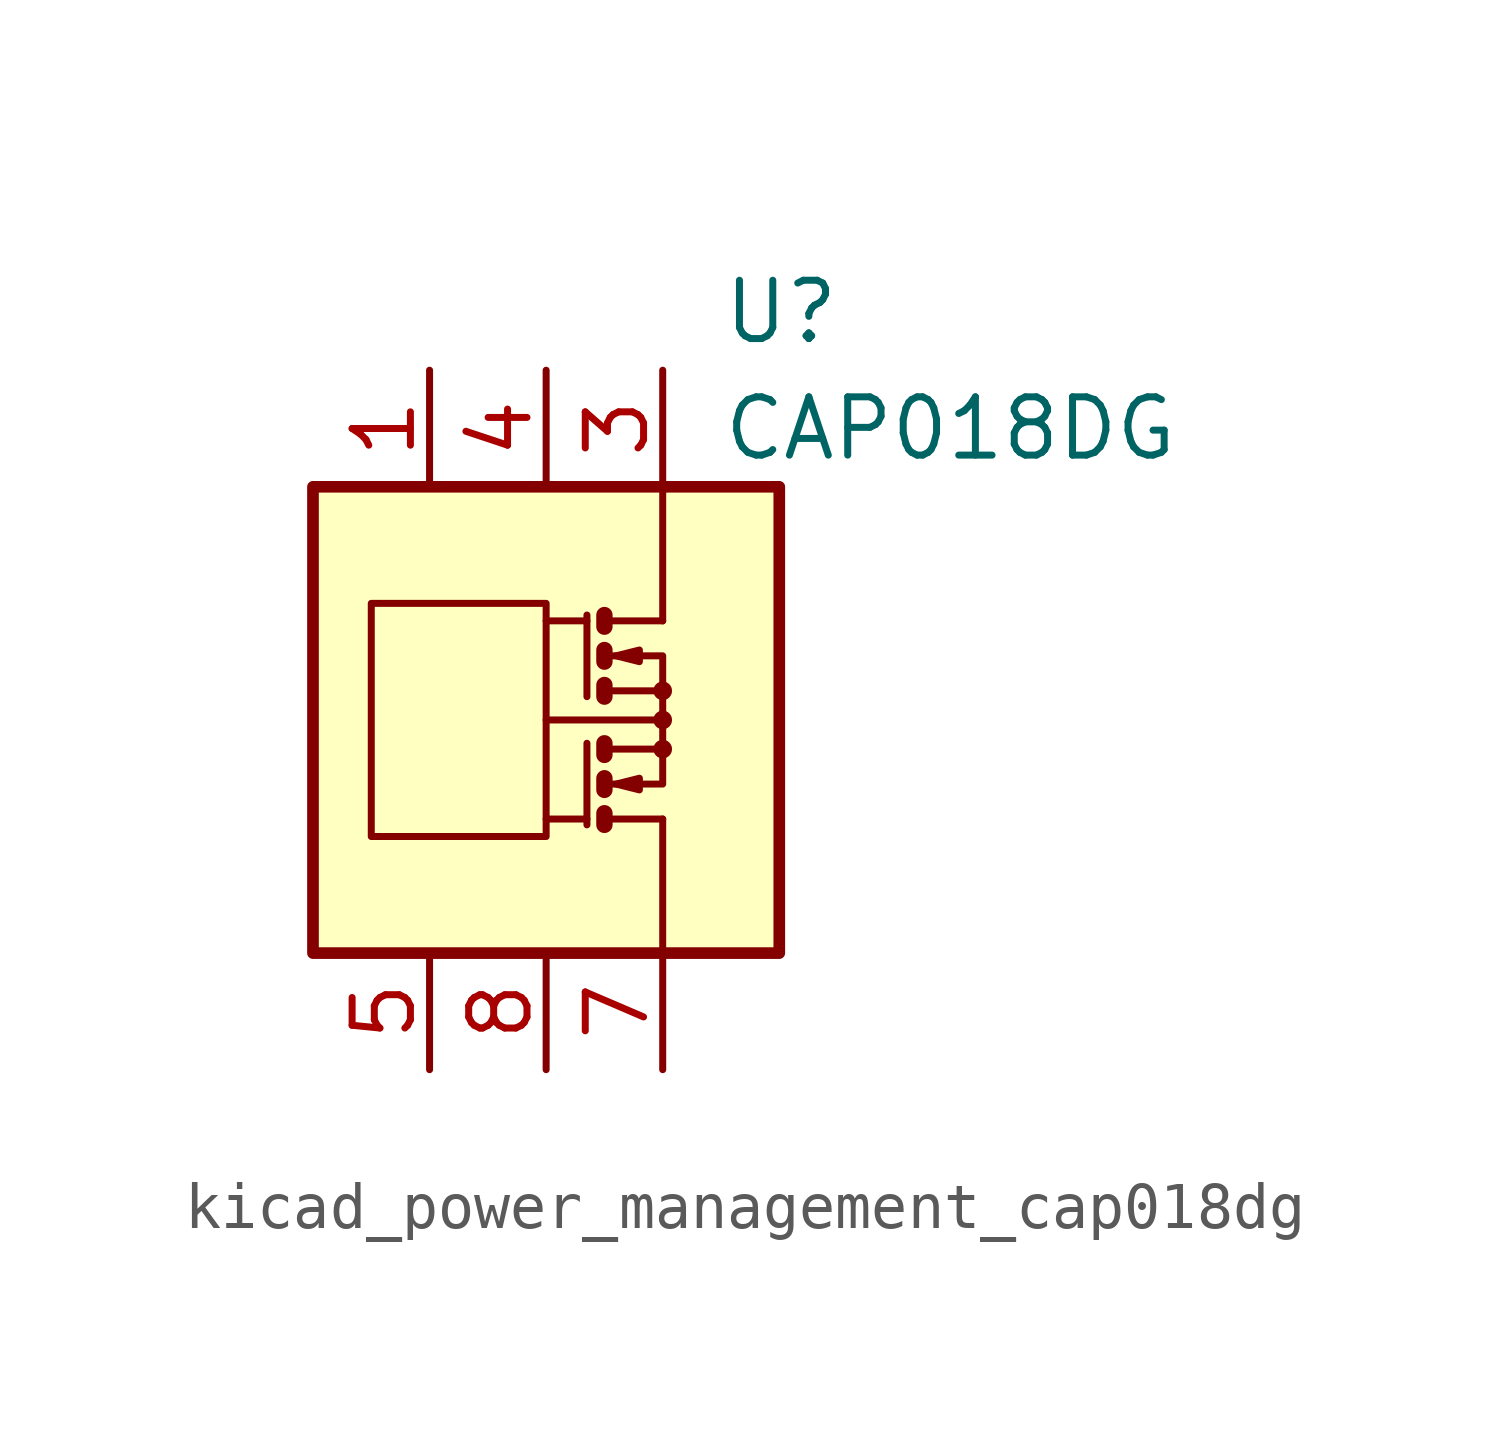
<source format=kicad_sym>
(kicad_symbol_lib
  (version 20220914)
  (generator kicad_symbol_editor)
  (symbol "kicad_power_management_cap018dg"
    (pin_names
      (offset 1.27))
    (property "Reference" "U"
      (at 3.81 8.89 0)
      (effects (font (size 1.27 1.27)) (justify left)))
    (property "Value" "CAP018DG"
      (at 3.81 6.35 0)
      (effects (font (size 1.27 1.27)) (justify left)))
    (symbol "kicad_power_management_cap018dg_0_1"
      (rectangle (start -5.08 5.08) (end 5.08 -5.08) (stroke (width 0.254) (type default)) (fill (type background)))
      (rectangle (start -3.81 2.54) (end 0 -2.54) (stroke (width 0) (type default)) (fill (type none)))
      (polyline (pts (xy 0.889 -2.159) (xy 0 -2.159)) (stroke (width 0) (type default)) (fill (type none)))
      (polyline (pts (xy 0.889 -0.508) (xy 0.889 -2.286)) (stroke (width 0) (type default)) (fill (type none)))
      (polyline (pts (xy 0.889 2.159) (xy 0 2.159)) (stroke (width 0) (type default)) (fill (type none)))
      (polyline (pts (xy 0.889 2.286) (xy 0.889 0.508)) (stroke (width 0) (type default)) (fill (type none)))
      (polyline (pts (xy 1.27 -2.159) (xy 2.54 -2.159)) (stroke (width 0) (type default)) (fill (type none)))
      (polyline (pts (xy 1.27 2.159) (xy 2.54 2.159)) (stroke (width 0) (type default)) (fill (type none)))
      (polyline (pts (xy 2.413 0) (xy 0 0)) (stroke (width 0) (type default)) (fill (type none)))
      (polyline (pts (xy 2.54 -2.159) (xy 2.54 -5.08)) (stroke (width 0) (type default)) (fill (type none)))
      (polyline (pts (xy 1.27 -2.032) (xy 1.27 -2.286) (xy 1.27 -2.286)) (stroke (width 0.356) (type default)) (fill (type none)))
      (polyline (pts (xy 1.27 -1.27) (xy 1.27 -1.524) (xy 1.27 -1.524)) (stroke (width 0.356) (type default)) (fill (type none)))
      (polyline (pts (xy 1.27 0.762) (xy 1.27 0.508) (xy 1.27 0.508)) (stroke (width 0.356) (type default)) (fill (type none)))
      (polyline (pts (xy 1.27 1.524) (xy 1.27 1.27) (xy 1.27 1.27)) (stroke (width 0.356) (type default)) (fill (type none)))
      (polyline (pts (xy 1.27 2.286) (xy 1.27 2.032) (xy 1.27 2.032)) (stroke (width 0.356) (type default)) (fill (type none)))
      (polyline (pts (xy 1.397 -1.397) (xy 2.54 -1.397) (xy 2.54 -0.635)) (stroke (width 0) (type default)) (fill (type none)))
      (polyline (pts (xy 1.397 1.397) (xy 2.54 1.397) (xy 2.54 0.635)) (stroke (width 0) (type default)) (fill (type none)))
      (polyline (pts (xy 2.54 2.159) (xy 2.54 5.08) (xy 2.54 3.175)) (stroke (width 0) (type default)) (fill (type none)))
      (polyline (pts (xy 1.397 -0.635) (xy 2.54 -0.635) (xy 2.54 0.635) (xy 1.397 0.635)) (stroke (width 0) (type default)) (fill (type none)))
      (polyline (pts (xy 1.524 -1.397) (xy 2.032 -1.27) (xy 2.032 -1.524) (xy 1.524 -1.397)) (stroke (width 0) (type default)) (fill (type none)))
      (polyline (pts (xy 1.524 1.397) (xy 2.032 1.524) (xy 2.032 1.27) (xy 1.524 1.397)) (stroke (width 0) (type default)) (fill (type none)))
      (circle (center 2.54 -0.635) (radius 0.127) (stroke (width 0) (type default)) (fill (type none)))
      (circle (center 2.54 0) (radius 0.127) (stroke (width 0) (type default)) (fill (type none)))
      (circle (center 2.54 0.635) (radius 0.127) (stroke (width 0) (type default)) (fill (type none))))
    (symbol "kicad_power_management_cap018dg_1_1"
      (polyline (pts (xy 1.27 -0.508) (xy 1.27 -0.762)) (stroke (width 0.356) (type default)) (fill (type none)))
      (pin passive line (at -2.54 7.62 270) (length 2.54) (name "~" (effects (font (size 1.27 1.27)))) (number "1" (effects (font (size 1.27 1.27)))))
      (pin passive line (at 2.54 7.62 270) (length 2.54) hide (name "~" (effects (font (size 1.27 1.27)))) (number "2" (effects (font (size 1.27 1.27)))))
      (pin passive line (at 2.54 7.62 270) (length 2.54) (name "~" (effects (font (size 1.27 1.27)))) (number "3" (effects (font (size 1.27 1.27)))))
      (pin passive line (at 0 7.62 270) (length 2.54) (name "~" (effects (font (size 1.27 1.27)))) (number "4" (effects (font (size 1.27 1.27)))))
      (pin passive line (at -2.54 -7.62 90) (length 2.54) (name "~" (effects (font (size 1.27 1.27)))) (number "5" (effects (font (size 1.27 1.27)))))
      (pin passive line (at 2.54 -7.62 90) (length 2.54) hide (name "~" (effects (font (size 1.27 1.27)))) (number "6" (effects (font (size 1.27 1.27)))))
      (pin passive line (at 2.54 -7.62 90) (length 2.54) (name "~" (effects (font (size 1.27 1.27)))) (number "7" (effects (font (size 1.27 1.27)))))
      (pin passive line (at 0 -7.62 90) (length 2.54) (name "~" (effects (font (size 1.27 1.27)))) (number "8" (effects (font (size 1.27 1.27))))))))
</source>
